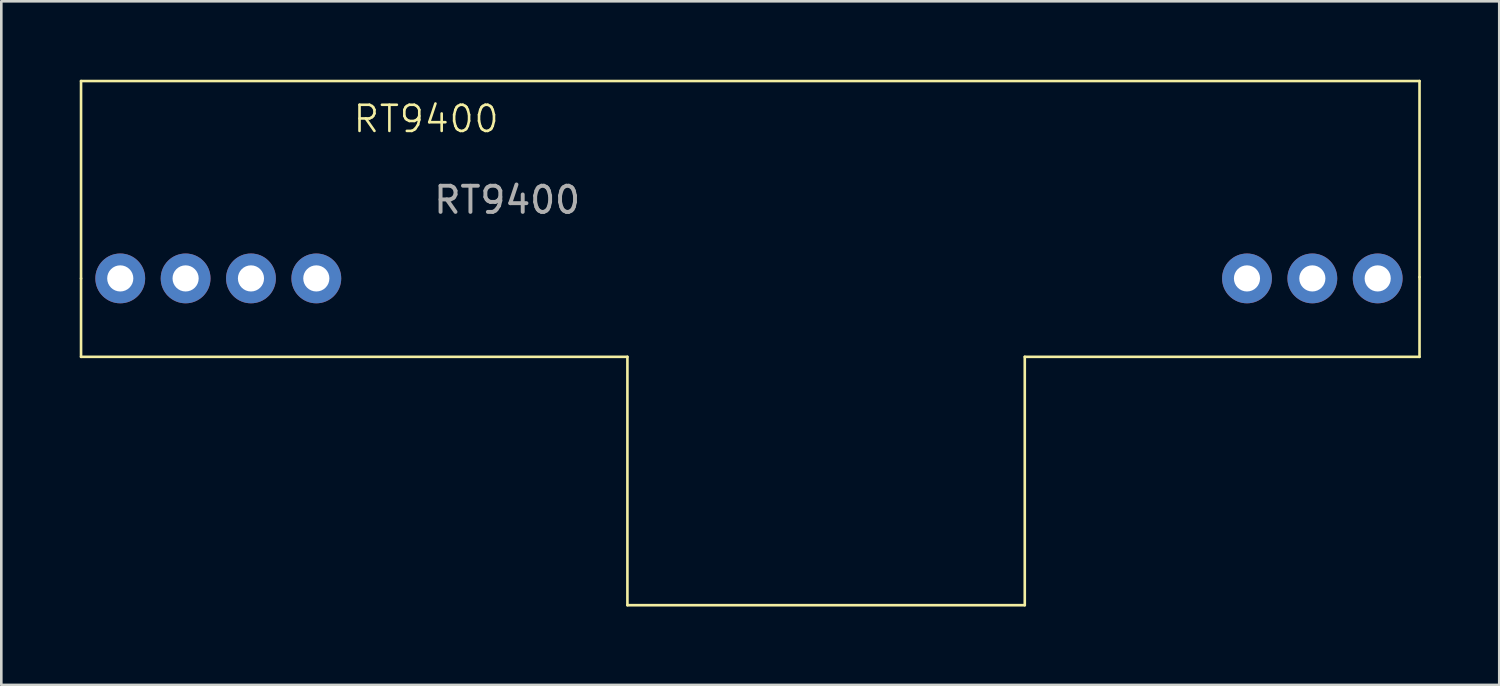
<source format=kicad_pcb>
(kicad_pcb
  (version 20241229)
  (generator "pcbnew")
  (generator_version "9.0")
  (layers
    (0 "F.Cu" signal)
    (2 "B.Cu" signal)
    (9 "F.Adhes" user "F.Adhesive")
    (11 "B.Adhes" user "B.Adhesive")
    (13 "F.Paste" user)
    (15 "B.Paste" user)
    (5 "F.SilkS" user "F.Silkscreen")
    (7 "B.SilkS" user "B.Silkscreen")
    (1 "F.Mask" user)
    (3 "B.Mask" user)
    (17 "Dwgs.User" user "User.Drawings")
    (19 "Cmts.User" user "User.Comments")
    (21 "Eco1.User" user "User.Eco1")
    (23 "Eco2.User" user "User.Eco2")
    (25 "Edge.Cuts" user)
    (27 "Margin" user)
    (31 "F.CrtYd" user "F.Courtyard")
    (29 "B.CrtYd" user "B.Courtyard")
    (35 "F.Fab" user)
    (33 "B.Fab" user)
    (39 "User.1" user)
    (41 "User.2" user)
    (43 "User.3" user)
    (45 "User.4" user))
  (footprint "RT9400"
    (layer "F.Cu")
    (at 1.55 7.6)
    (property "Reference" "RT9400" (at 11.7 -6.1 0) (unlocked yes) (layer "F.SilkS") (effects (font (size 1 1) (thickness 0.1))))
    (attr smd)
    (fp_line (start -1.5 -7.55) (end -1.5 0) (stroke (width 0.1) (type default)) (layer "F.SilkS"))
    (fp_line (start -1.5 -7.55) (end 49.7 -7.55) (stroke (width 0.1) (type default)) (layer "F.SilkS"))
    (fp_line (start -1.5 0) (end -1.5 3) (stroke (width 0.1) (type default)) (layer "F.SilkS"))
    (fp_line (start -1.5 3) (end 19.4 3) (stroke (width 0.1) (type default)) (layer "F.SilkS"))
    (fp_line (start 19.4 3) (end 19.4 12.5) (stroke (width 0.1) (type default)) (layer "F.SilkS"))
    (fp_line (start 19.4 12.5) (end 34.6 12.5) (stroke (width 0.1) (type default)) (layer "F.SilkS"))
    (fp_line (start 34.6 3) (end 49.7 3) (stroke (width 0.1) (type default)) (layer "F.SilkS"))
    (fp_line (start 34.6 12.5) (end 34.6 3) (stroke (width 0.1) (type default)) (layer "F.SilkS"))
    (fp_line (start 49.7 -7.55) (end 49.7 -0.05) (stroke (width 0.1) (type default)) (layer "F.SilkS"))
    (fp_line (start 49.7 3) (end 49.7 -0.05) (stroke (width 0.1) (type default)) (layer "F.SilkS"))
    (fp_text user "${REFERENCE}" (at 14.8 -3 0) (unlocked yes) (layer "F.Fab") (effects (font (size 1 1) (thickness 0.15))))
    (pad "1" thru_hole circle (at 0 0) (size 1.905 1.905) (drill 1) (layers "*.Cu" "*.Mask"))
    (pad "2" thru_hole circle (at 2.5 0) (size 1.905 1.905) (drill 1) (layers "*.Cu" "*.Mask"))
    (pad "3" thru_hole circle (at 5 0) (size 1.905 1.905) (drill 1) (layers "*.Cu" "*.Mask"))
    (pad "4" thru_hole circle (at 7.5 0) (size 1.905 1.905) (drill 1) (layers "*.Cu" "*.Mask"))
    (pad "5" thru_hole circle (at 43.1 0) (size 1.905 1.905) (drill 1) (layers "*.Cu" "*.Mask"))
    (pad "6" thru_hole circle (at 45.6 0) (size 1.905 1.905) (drill 1) (layers "*.Cu" "*.Mask"))
    (pad "7" thru_hole circle (at 48.1 0) (size 1.905 1.905) (drill 1) (layers "*.Cu" "*.Mask")))
  (gr_rect
    (start -3 -3)
    (end 54.3 23.15)
    (stroke (width 0.1) (type default))
    (fill no)
    (layer "Edge.Cuts")))
</source>
